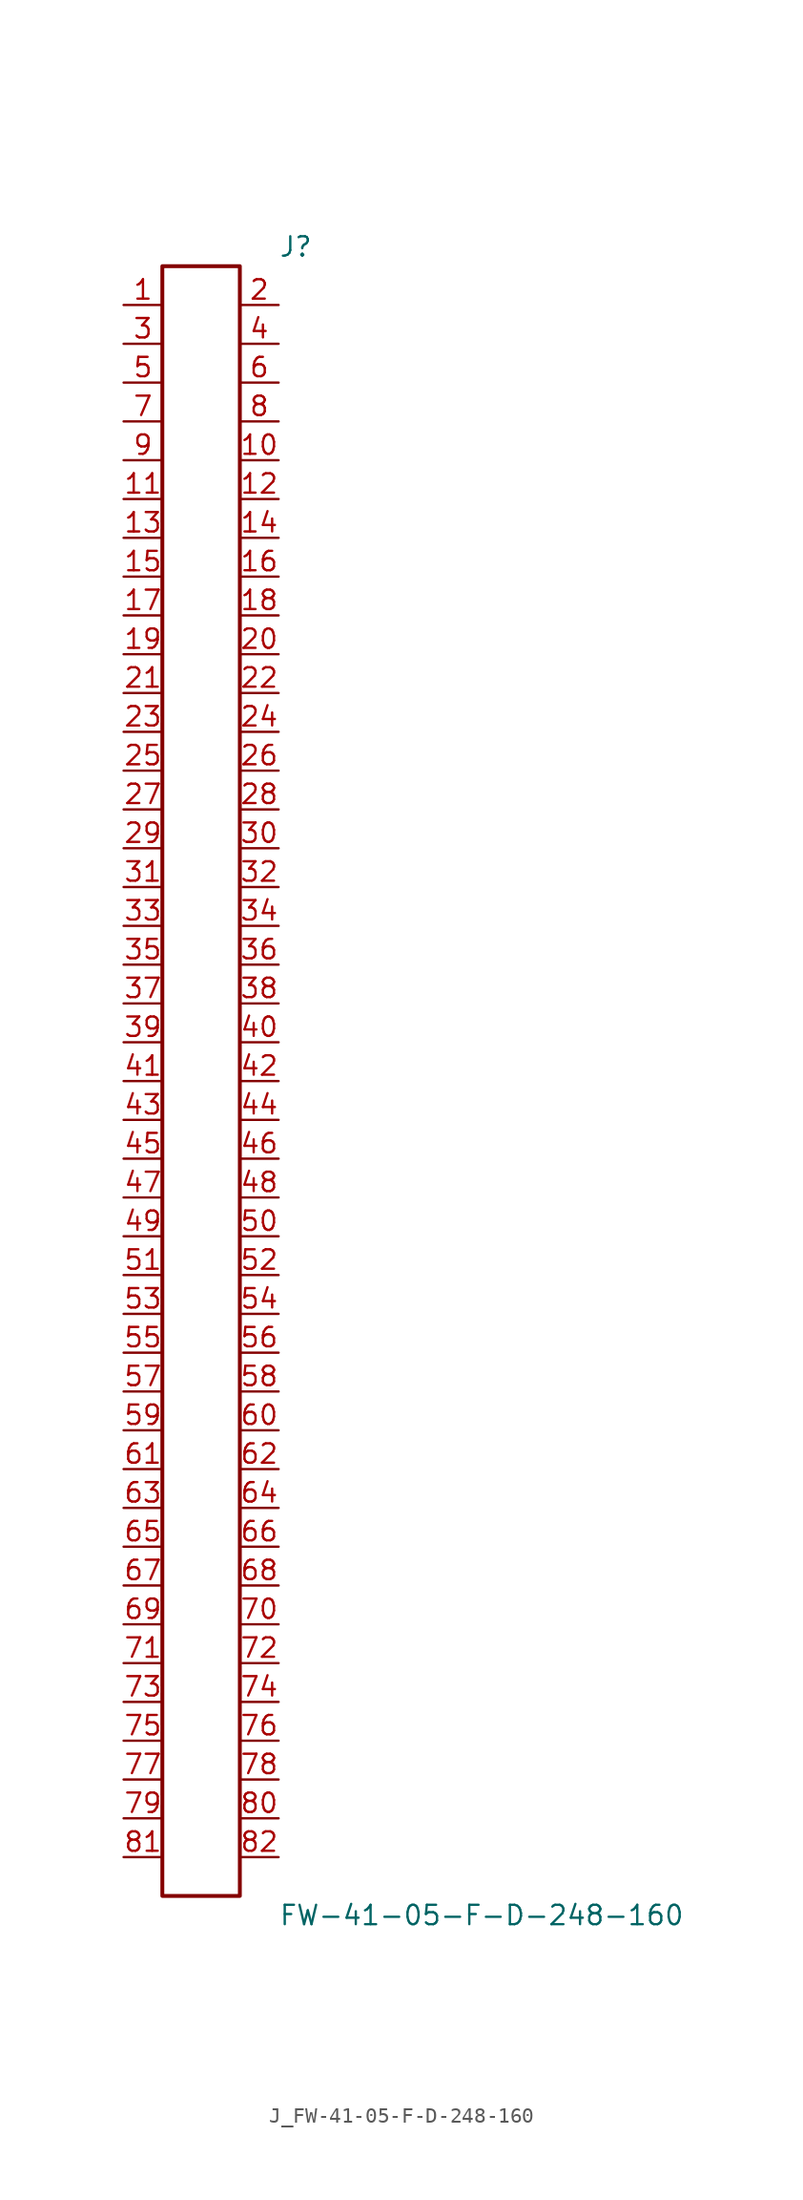
<source format=kicad_sym>
(kicad_symbol_lib
  (version 20231120)
  (generator kicad_symbol_editor)
  (generator_version 8.0)
  (symbol "J_FW-41-05-F-D-248-160"
    (pin_names
      (offset 0.254))
    (property "Reference" "J"
      (at 5.08 54.61 0)
      (effects (font (size 1.27 1.27)) (justify left)))
    (property "Value" "FW-41-05-F-D-248-160"
      (at 5.08 -54.61 0)
      (effects (font (size 1.27 1.27)) (justify left)))
    (symbol "J_FW-41-05-F-D-248-160_0_0"
      (pin passive line (at -5.08 50.8 0) (length 2.54) (name "" (effects (font (size 1.27 1.27)))) (number "1" (effects (font (size 1.27 1.27)))))
      (pin passive line (at 5.08 50.8 180) (length 2.54) (name "" (effects (font (size 1.27 1.27)))) (number "2" (effects (font (size 1.27 1.27)))))
      (pin passive line (at -5.08 48.26 0) (length 2.54) (name "" (effects (font (size 1.27 1.27)))) (number "3" (effects (font (size 1.27 1.27)))))
      (pin passive line (at 5.08 48.26 180) (length 2.54) (name "" (effects (font (size 1.27 1.27)))) (number "4" (effects (font (size 1.27 1.27)))))
      (pin passive line (at -5.08 45.72 0) (length 2.54) (name "" (effects (font (size 1.27 1.27)))) (number "5" (effects (font (size 1.27 1.27)))))
      (pin passive line (at 5.08 45.72 180) (length 2.54) (name "" (effects (font (size 1.27 1.27)))) (number "6" (effects (font (size 1.27 1.27)))))
      (pin passive line (at -5.08 43.18 0) (length 2.54) (name "" (effects (font (size 1.27 1.27)))) (number "7" (effects (font (size 1.27 1.27)))))
      (pin passive line (at 5.08 43.18 180) (length 2.54) (name "" (effects (font (size 1.27 1.27)))) (number "8" (effects (font (size 1.27 1.27)))))
      (pin passive line (at -5.08 40.64 0) (length 2.54) (name "" (effects (font (size 1.27 1.27)))) (number "9" (effects (font (size 1.27 1.27)))))
      (pin passive line (at 5.08 40.64 180) (length 2.54) (name "" (effects (font (size 1.27 1.27)))) (number "10" (effects (font (size 1.27 1.27)))))
      (pin passive line (at -5.08 38.1 0) (length 2.54) (name "" (effects (font (size 1.27 1.27)))) (number "11" (effects (font (size 1.27 1.27)))))
      (pin passive line (at 5.08 38.1 180) (length 2.54) (name "" (effects (font (size 1.27 1.27)))) (number "12" (effects (font (size 1.27 1.27)))))
      (pin passive line (at -5.08 35.56 0) (length 2.54) (name "" (effects (font (size 1.27 1.27)))) (number "13" (effects (font (size 1.27 1.27)))))
      (pin passive line (at 5.08 35.56 180) (length 2.54) (name "" (effects (font (size 1.27 1.27)))) (number "14" (effects (font (size 1.27 1.27)))))
      (pin passive line (at -5.08 33.02 0) (length 2.54) (name "" (effects (font (size 1.27 1.27)))) (number "15" (effects (font (size 1.27 1.27)))))
      (pin passive line (at 5.08 33.02 180) (length 2.54) (name "" (effects (font (size 1.27 1.27)))) (number "16" (effects (font (size 1.27 1.27)))))
      (pin passive line (at -5.08 30.48 0) (length 2.54) (name "" (effects (font (size 1.27 1.27)))) (number "17" (effects (font (size 1.27 1.27)))))
      (pin passive line (at 5.08 30.48 180) (length 2.54) (name "" (effects (font (size 1.27 1.27)))) (number "18" (effects (font (size 1.27 1.27)))))
      (pin passive line (at -5.08 27.94 0) (length 2.54) (name "" (effects (font (size 1.27 1.27)))) (number "19" (effects (font (size 1.27 1.27)))))
      (pin passive line (at 5.08 27.94 180) (length 2.54) (name "" (effects (font (size 1.27 1.27)))) (number "20" (effects (font (size 1.27 1.27)))))
      (pin passive line (at -5.08 25.4 0) (length 2.54) (name "" (effects (font (size 1.27 1.27)))) (number "21" (effects (font (size 1.27 1.27)))))
      (pin passive line (at 5.08 25.4 180) (length 2.54) (name "" (effects (font (size 1.27 1.27)))) (number "22" (effects (font (size 1.27 1.27)))))
      (pin passive line (at -5.08 22.86 0) (length 2.54) (name "" (effects (font (size 1.27 1.27)))) (number "23" (effects (font (size 1.27 1.27)))))
      (pin passive line (at 5.08 22.86 180) (length 2.54) (name "" (effects (font (size 1.27 1.27)))) (number "24" (effects (font (size 1.27 1.27)))))
      (pin passive line (at -5.08 20.32 0) (length 2.54) (name "" (effects (font (size 1.27 1.27)))) (number "25" (effects (font (size 1.27 1.27)))))
      (pin passive line (at 5.08 20.32 180) (length 2.54) (name "" (effects (font (size 1.27 1.27)))) (number "26" (effects (font (size 1.27 1.27)))))
      (pin passive line (at -5.08 17.78 0) (length 2.54) (name "" (effects (font (size 1.27 1.27)))) (number "27" (effects (font (size 1.27 1.27)))))
      (pin passive line (at 5.08 17.78 180) (length 2.54) (name "" (effects (font (size 1.27 1.27)))) (number "28" (effects (font (size 1.27 1.27)))))
      (pin passive line (at -5.08 15.24 0) (length 2.54) (name "" (effects (font (size 1.27 1.27)))) (number "29" (effects (font (size 1.27 1.27)))))
      (pin passive line (at 5.08 15.24 180) (length 2.54) (name "" (effects (font (size 1.27 1.27)))) (number "30" (effects (font (size 1.27 1.27)))))
      (pin passive line (at -5.08 12.7 0) (length 2.54) (name "" (effects (font (size 1.27 1.27)))) (number "31" (effects (font (size 1.27 1.27)))))
      (pin passive line (at 5.08 12.7 180) (length 2.54) (name "" (effects (font (size 1.27 1.27)))) (number "32" (effects (font (size 1.27 1.27)))))
      (pin passive line (at -5.08 10.16 0) (length 2.54) (name "" (effects (font (size 1.27 1.27)))) (number "33" (effects (font (size 1.27 1.27)))))
      (pin passive line (at 5.08 10.16 180) (length 2.54) (name "" (effects (font (size 1.27 1.27)))) (number "34" (effects (font (size 1.27 1.27)))))
      (pin passive line (at -5.08 7.62 0) (length 2.54) (name "" (effects (font (size 1.27 1.27)))) (number "35" (effects (font (size 1.27 1.27)))))
      (pin passive line (at 5.08 7.62 180) (length 2.54) (name "" (effects (font (size 1.27 1.27)))) (number "36" (effects (font (size 1.27 1.27)))))
      (pin passive line (at -5.08 5.08 0) (length 2.54) (name "" (effects (font (size 1.27 1.27)))) (number "37" (effects (font (size 1.27 1.27)))))
      (pin passive line (at 5.08 5.08 180) (length 2.54) (name "" (effects (font (size 1.27 1.27)))) (number "38" (effects (font (size 1.27 1.27)))))
      (pin passive line (at -5.08 2.54 0) (length 2.54) (name "" (effects (font (size 1.27 1.27)))) (number "39" (effects (font (size 1.27 1.27)))))
      (pin passive line (at 5.08 2.54 180) (length 2.54) (name "" (effects (font (size 1.27 1.27)))) (number "40" (effects (font (size 1.27 1.27)))))
      (pin passive line (at -5.08 0.0 0) (length 2.54) (name "" (effects (font (size 1.27 1.27)))) (number "41" (effects (font (size 1.27 1.27)))))
      (pin passive line (at 5.08 0.0 180) (length 2.54) (name "" (effects (font (size 1.27 1.27)))) (number "42" (effects (font (size 1.27 1.27)))))
      (pin passive line (at -5.08 -2.54 0) (length 2.54) (name "" (effects (font (size 1.27 1.27)))) (number "43" (effects (font (size 1.27 1.27)))))
      (pin passive line (at 5.08 -2.54 180) (length 2.54) (name "" (effects (font (size 1.27 1.27)))) (number "44" (effects (font (size 1.27 1.27)))))
      (pin passive line (at -5.08 -5.08 0) (length 2.54) (name "" (effects (font (size 1.27 1.27)))) (number "45" (effects (font (size 1.27 1.27)))))
      (pin passive line (at 5.08 -5.08 180) (length 2.54) (name "" (effects (font (size 1.27 1.27)))) (number "46" (effects (font (size 1.27 1.27)))))
      (pin passive line (at -5.08 -7.62 0) (length 2.54) (name "" (effects (font (size 1.27 1.27)))) (number "47" (effects (font (size 1.27 1.27)))))
      (pin passive line (at 5.08 -7.62 180) (length 2.54) (name "" (effects (font (size 1.27 1.27)))) (number "48" (effects (font (size 1.27 1.27)))))
      (pin passive line (at -5.08 -10.16 0) (length 2.54) (name "" (effects (font (size 1.27 1.27)))) (number "49" (effects (font (size 1.27 1.27)))))
      (pin passive line (at 5.08 -10.16 180) (length 2.54) (name "" (effects (font (size 1.27 1.27)))) (number "50" (effects (font (size 1.27 1.27)))))
      (pin passive line (at -5.08 -12.7 0) (length 2.54) (name "" (effects (font (size 1.27 1.27)))) (number "51" (effects (font (size 1.27 1.27)))))
      (pin passive line (at 5.08 -12.7 180) (length 2.54) (name "" (effects (font (size 1.27 1.27)))) (number "52" (effects (font (size 1.27 1.27)))))
      (pin passive line (at -5.08 -15.24 0) (length 2.54) (name "" (effects (font (size 1.27 1.27)))) (number "53" (effects (font (size 1.27 1.27)))))
      (pin passive line (at 5.08 -15.24 180) (length 2.54) (name "" (effects (font (size 1.27 1.27)))) (number "54" (effects (font (size 1.27 1.27)))))
      (pin passive line (at -5.08 -17.78 0) (length 2.54) (name "" (effects (font (size 1.27 1.27)))) (number "55" (effects (font (size 1.27 1.27)))))
      (pin passive line (at 5.08 -17.78 180) (length 2.54) (name "" (effects (font (size 1.27 1.27)))) (number "56" (effects (font (size 1.27 1.27)))))
      (pin passive line (at -5.08 -20.32 0) (length 2.54) (name "" (effects (font (size 1.27 1.27)))) (number "57" (effects (font (size 1.27 1.27)))))
      (pin passive line (at 5.08 -20.32 180) (length 2.54) (name "" (effects (font (size 1.27 1.27)))) (number "58" (effects (font (size 1.27 1.27)))))
      (pin passive line (at -5.08 -22.86 0) (length 2.54) (name "" (effects (font (size 1.27 1.27)))) (number "59" (effects (font (size 1.27 1.27)))))
      (pin passive line (at 5.08 -22.86 180) (length 2.54) (name "" (effects (font (size 1.27 1.27)))) (number "60" (effects (font (size 1.27 1.27)))))
      (pin passive line (at -5.08 -25.4 0) (length 2.54) (name "" (effects (font (size 1.27 1.27)))) (number "61" (effects (font (size 1.27 1.27)))))
      (pin passive line (at 5.08 -25.4 180) (length 2.54) (name "" (effects (font (size 1.27 1.27)))) (number "62" (effects (font (size 1.27 1.27)))))
      (pin passive line (at -5.08 -27.94 0) (length 2.54) (name "" (effects (font (size 1.27 1.27)))) (number "63" (effects (font (size 1.27 1.27)))))
      (pin passive line (at 5.08 -27.94 180) (length 2.54) (name "" (effects (font (size 1.27 1.27)))) (number "64" (effects (font (size 1.27 1.27)))))
      (pin passive line (at -5.08 -30.48 0) (length 2.54) (name "" (effects (font (size 1.27 1.27)))) (number "65" (effects (font (size 1.27 1.27)))))
      (pin passive line (at 5.08 -30.48 180) (length 2.54) (name "" (effects (font (size 1.27 1.27)))) (number "66" (effects (font (size 1.27 1.27)))))
      (pin passive line (at -5.08 -33.02 0) (length 2.54) (name "" (effects (font (size 1.27 1.27)))) (number "67" (effects (font (size 1.27 1.27)))))
      (pin passive line (at 5.08 -33.02 180) (length 2.54) (name "" (effects (font (size 1.27 1.27)))) (number "68" (effects (font (size 1.27 1.27)))))
      (pin passive line (at -5.08 -35.56 0) (length 2.54) (name "" (effects (font (size 1.27 1.27)))) (number "69" (effects (font (size 1.27 1.27)))))
      (pin passive line (at 5.08 -35.56 180) (length 2.54) (name "" (effects (font (size 1.27 1.27)))) (number "70" (effects (font (size 1.27 1.27)))))
      (pin passive line (at -5.08 -38.1 0) (length 2.54) (name "" (effects (font (size 1.27 1.27)))) (number "71" (effects (font (size 1.27 1.27)))))
      (pin passive line (at 5.08 -38.1 180) (length 2.54) (name "" (effects (font (size 1.27 1.27)))) (number "72" (effects (font (size 1.27 1.27)))))
      (pin passive line (at -5.08 -40.64 0) (length 2.54) (name "" (effects (font (size 1.27 1.27)))) (number "73" (effects (font (size 1.27 1.27)))))
      (pin passive line (at 5.08 -40.64 180) (length 2.54) (name "" (effects (font (size 1.27 1.27)))) (number "74" (effects (font (size 1.27 1.27)))))
      (pin passive line (at -5.08 -43.18 0) (length 2.54) (name "" (effects (font (size 1.27 1.27)))) (number "75" (effects (font (size 1.27 1.27)))))
      (pin passive line (at 5.08 -43.18 180) (length 2.54) (name "" (effects (font (size 1.27 1.27)))) (number "76" (effects (font (size 1.27 1.27)))))
      (pin passive line (at -5.08 -45.72 0) (length 2.54) (name "" (effects (font (size 1.27 1.27)))) (number "77" (effects (font (size 1.27 1.27)))))
      (pin passive line (at 5.08 -45.72 180) (length 2.54) (name "" (effects (font (size 1.27 1.27)))) (number "78" (effects (font (size 1.27 1.27)))))
      (pin passive line (at -5.08 -48.26 0) (length 2.54) (name "" (effects (font (size 1.27 1.27)))) (number "79" (effects (font (size 1.27 1.27)))))
      (pin passive line (at 5.08 -48.26 180) (length 2.54) (name "" (effects (font (size 1.27 1.27)))) (number "80" (effects (font (size 1.27 1.27)))))
      (pin passive line (at -5.08 -50.8 0) (length 2.54) (name "" (effects (font (size 1.27 1.27)))) (number "81" (effects (font (size 1.27 1.27)))))
      (pin passive line (at 5.08 -50.8 180) (length 2.54) (name "" (effects (font (size 1.27 1.27)))) (number "82" (effects (font (size 1.27 1.27))))))
    (symbol "J_FW-41-05-F-D-248-160_1_0"
      (rectangle (start -2.54 53.34) (end 2.54 -53.34) (stroke (width 0.254) (type solid)) (fill (type none))))))
</source>
